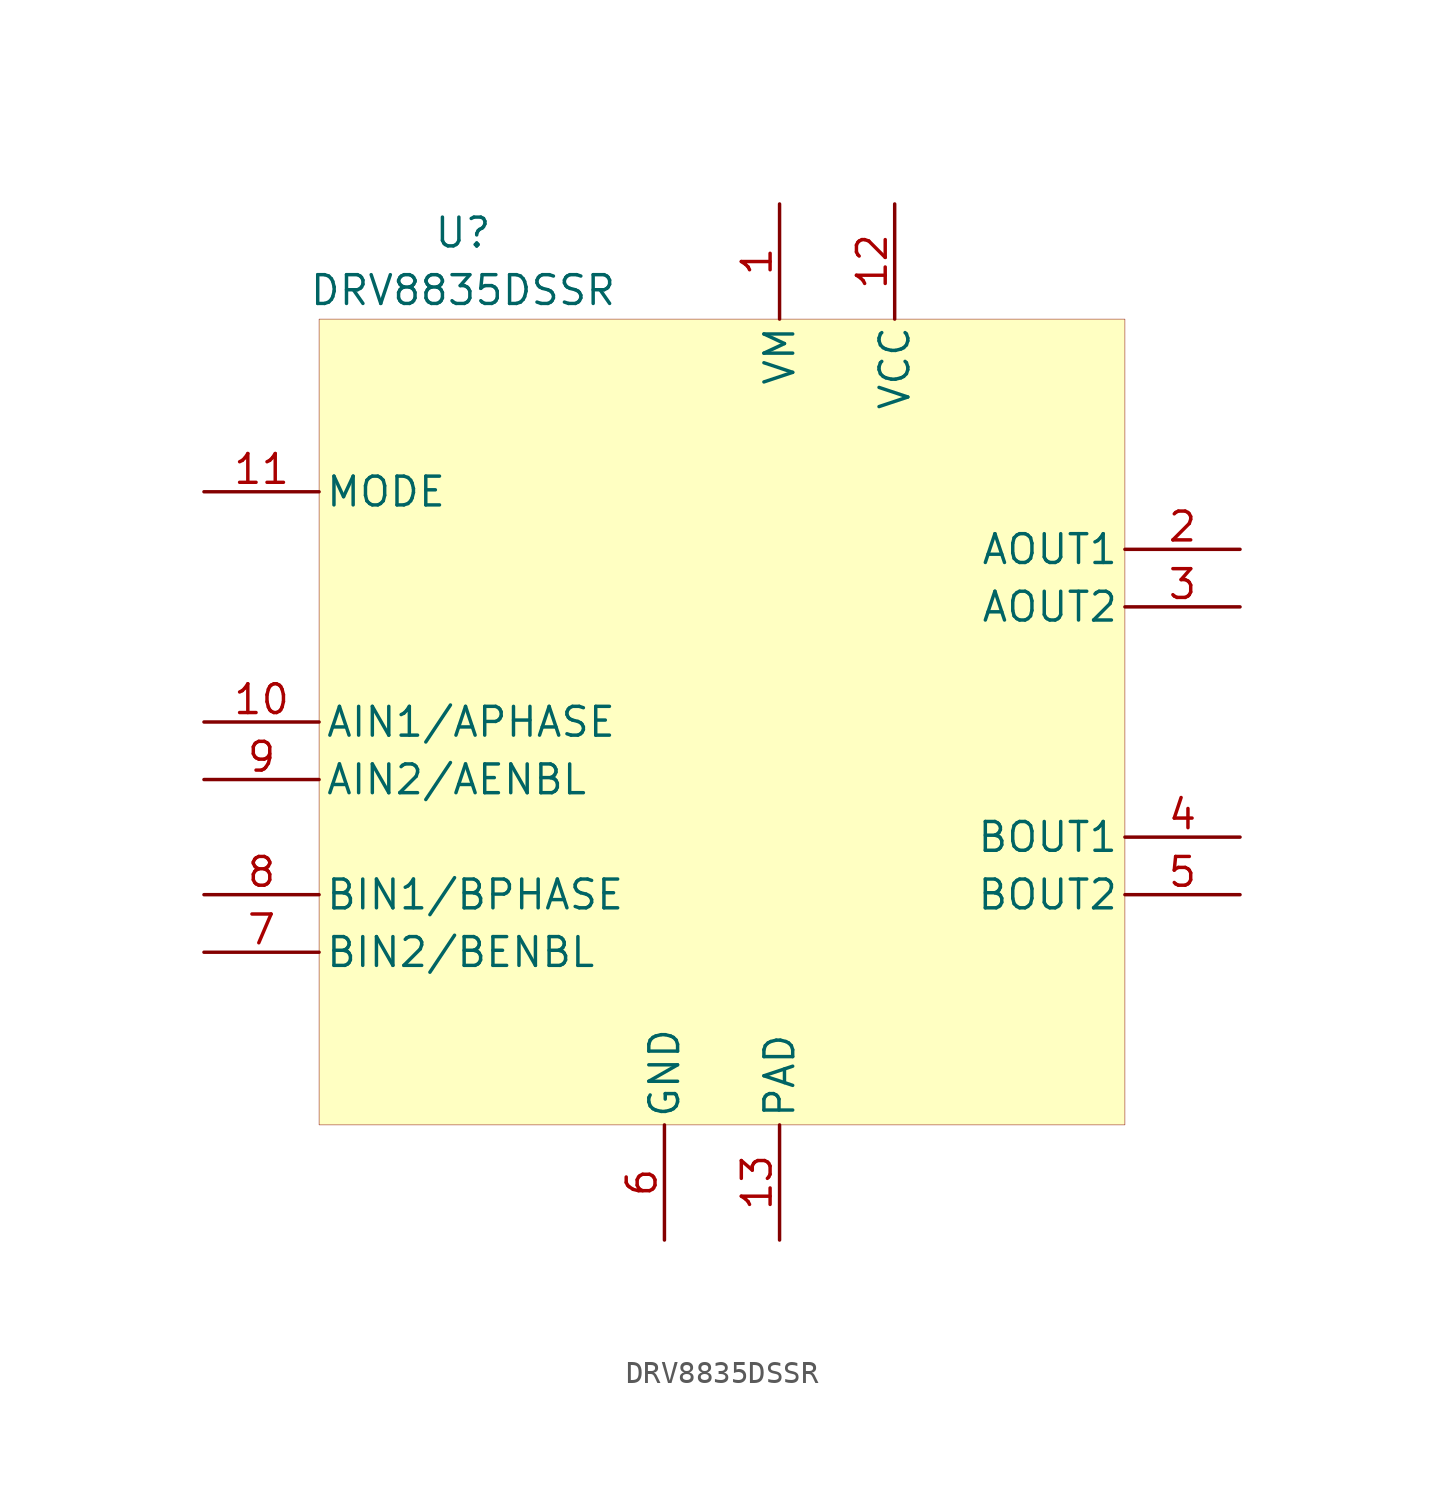
<source format=kicad_sym>
(kicad_symbol_lib
  (version 20200126)
  (host kicad_symbol_editor "(5.99.0-1949-ge2b384e54)")
  (symbol "TI_Motor-Driver:DRV8835DSSR"
    (pin_names
      (offset 0.254))
    (property "Reference" "U"
      (at -11.43 21.59 0)
      (effects (font (size 1.27 1.27))))
    (property "Value" "DRV8835DSSR"
      (at -11.43 19.05 0)
      (effects (font (size 1.27 1.27))))
    (property "ki_locked" ""
      (at 0 0 0)
      (effects (font (size 1.27 1.27))))
    (symbol "DRV8835DSSR_1_1"
      (rectangle (start -17.78 17.78) (end 17.78 -17.78) (stroke (width 0.001)) (fill (type background)))
      (pin power_in line (at -2.54 -22.86 90) (length 5.08) (name "GND" (effects (font (size 1.27 1.27)))) (number "6" (effects (font (size 1.27 1.27)))))
      (pin power_in line (at 2.54 -22.86 90) (length 5.08) (name "PAD" (effects (font (size 1.27 1.27)))) (number "13" (effects (font (size 1.27 1.27)))))
      (pin power_in line (at 2.54 22.86 270) (length 5.08) (name "VM" (effects (font (size 1.27 1.27)))) (number "1" (effects (font (size 1.27 1.27)))))
      (pin power_in line (at 7.62 22.86 270) (length 5.08) (name "VCC" (effects (font (size 1.27 1.27)))) (number "12" (effects (font (size 1.27 1.27)))))
      (pin input line (at -22.86 10.16 0) (length 5.08) (name "MODE" (effects (font (size 1.27 1.27)))) (number "11" (effects (font (size 1.27 1.27)))))
      (pin input line (at -22.86 0 0) (length 5.08) (name "AIN1/APHASE" (effects (font (size 1.27 1.27)))) (number "10" (effects (font (size 1.27 1.27)))))
      (pin input line (at -22.86 -2.54 0) (length 5.08) (name "AIN2/AENBL" (effects (font (size 1.27 1.27)))) (number "9" (effects (font (size 1.27 1.27)))))
      (pin input line (at -22.86 -7.62 0) (length 5.08) (name "BIN1/BPHASE" (effects (font (size 1.27 1.27)))) (number "8" (effects (font (size 1.27 1.27)))))
      (pin input line (at -22.86 -10.16 0) (length 5.08) (name "BIN2/BENBL" (effects (font (size 1.27 1.27)))) (number "7" (effects (font (size 1.27 1.27)))))
      (pin output line (at 22.86 7.62 180) (length 5.08) (name "AOUT1" (effects (font (size 1.27 1.27)))) (number "2" (effects (font (size 1.27 1.27)))))
      (pin output line (at 22.86 5.08 180) (length 5.08) (name "AOUT2" (effects (font (size 1.27 1.27)))) (number "3" (effects (font (size 1.27 1.27)))))
      (pin output line (at 22.86 -5.08 180) (length 5.08) (name "BOUT1" (effects (font (size 1.27 1.27)))) (number "4" (effects (font (size 1.27 1.27)))))
      (pin output line (at 22.86 -7.62 180) (length 5.08) (name "BOUT2" (effects (font (size 1.27 1.27)))) (number "5" (effects (font (size 1.27 1.27))))))))
</source>
